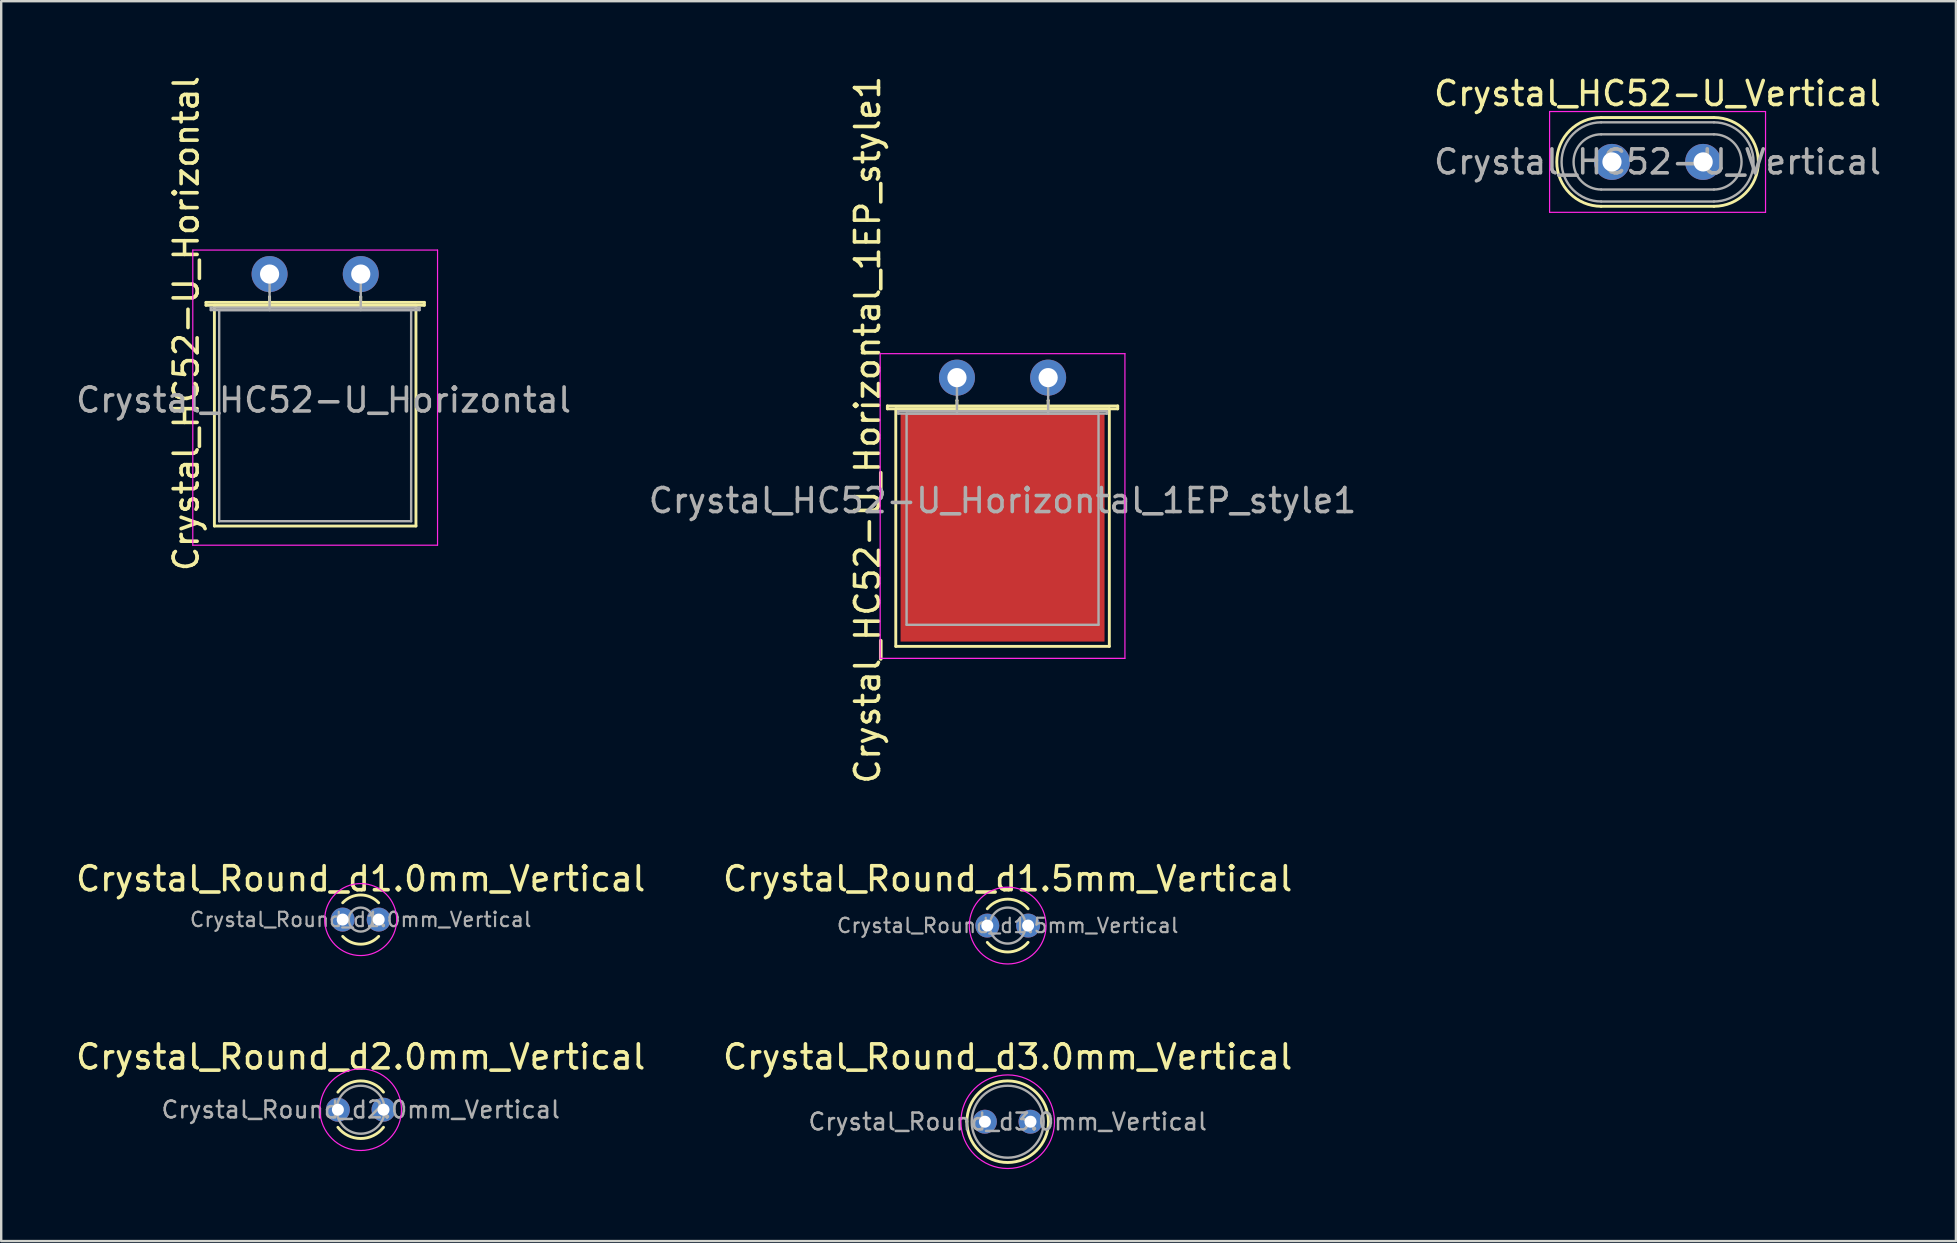
<source format=kicad_pcb>
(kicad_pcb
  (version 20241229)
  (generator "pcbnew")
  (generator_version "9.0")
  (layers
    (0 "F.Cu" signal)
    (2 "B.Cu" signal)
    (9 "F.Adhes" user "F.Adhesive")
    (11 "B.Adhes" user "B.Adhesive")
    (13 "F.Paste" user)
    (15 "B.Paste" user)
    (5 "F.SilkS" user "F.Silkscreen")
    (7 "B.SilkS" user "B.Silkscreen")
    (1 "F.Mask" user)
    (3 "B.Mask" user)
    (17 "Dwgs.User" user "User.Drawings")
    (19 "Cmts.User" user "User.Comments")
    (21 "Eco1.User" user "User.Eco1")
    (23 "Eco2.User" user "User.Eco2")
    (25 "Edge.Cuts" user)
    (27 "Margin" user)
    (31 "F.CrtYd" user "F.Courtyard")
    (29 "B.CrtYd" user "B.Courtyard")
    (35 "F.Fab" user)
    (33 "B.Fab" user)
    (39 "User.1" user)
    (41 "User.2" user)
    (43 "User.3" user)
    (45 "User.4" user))
  (footprint "Crystal_HC52-U_Horizontal_1EP_style1"
    (layer "F.Cu")
    (at 36.832 12.688)
    (property "Reference" "Crystal_HC52-U_Horizontal_1EP_style1" (at -3.725 2.175 90) (layer "F.SilkS") (effects (font (size 1 1) (thickness 0.15))))
    (attr through_hole)
    (fp_line (start -2.9 1.18) (end 6.7 1.18) (stroke (width 0.12) (type solid)) (layer "F.SilkS"))
    (fp_line (start -2.9 1.3) (end -2.9 1.18) (stroke (width 0.12) (type solid)) (layer "F.SilkS"))
    (fp_line (start -2.55 1.3) (end -2.55 11.2) (stroke (width 0.12) (type solid)) (layer "F.SilkS"))
    (fp_line (start -2.55 11.2) (end 6.35 11.2) (stroke (width 0.12) (type solid)) (layer "F.SilkS"))
    (fp_line (start 0 0.95) (end 0 0.95) (stroke (width 0.12) (type solid)) (layer "F.SilkS"))
    (fp_line (start 0 1.3) (end 0 0.95) (stroke (width 0.12) (type solid)) (layer "F.SilkS"))
    (fp_line (start 3.8 0.95) (end 3.8 0.95) (stroke (width 0.12) (type solid)) (layer "F.SilkS"))
    (fp_line (start 3.8 1.3) (end 3.8 0.95) (stroke (width 0.12) (type solid)) (layer "F.SilkS"))
    (fp_line (start 6.35 1.3) (end -2.55 1.3) (stroke (width 0.12) (type solid)) (layer "F.SilkS"))
    (fp_line (start 6.35 11.2) (end 6.35 1.3) (stroke (width 0.12) (type solid)) (layer "F.SilkS"))
    (fp_line (start 6.7 1.18) (end 6.7 1.3) (stroke (width 0.12) (type solid)) (layer "F.SilkS"))
    (fp_line (start 6.7 1.3) (end -2.9 1.3) (stroke (width 0.12) (type solid)) (layer "F.SilkS"))
    (fp_line (start -3.2 -1) (end -3.2 11.7) (stroke (width 0.05) (type solid)) (layer "F.CrtYd"))
    (fp_line (start -3.2 11.7) (end 7 11.7) (stroke (width 0.05) (type solid)) (layer "F.CrtYd"))
    (fp_line (start 7 -1) (end -3.2 -1) (stroke (width 0.05) (type solid)) (layer "F.CrtYd"))
    (fp_line (start 7 11.7) (end 7 -1) (stroke (width 0.05) (type solid)) (layer "F.CrtYd"))
    (fp_line (start -2.45 1.4) (end 6.25 1.4) (stroke (width 0.1) (type solid)) (layer "F.Fab"))
    (fp_line (start -2.45 1.5) (end -2.45 1.4) (stroke (width 0.1) (type solid)) (layer "F.Fab"))
    (fp_line (start -2.1 1.5) (end -2.1 10.3) (stroke (width 0.1) (type solid)) (layer "F.Fab"))
    (fp_line (start -2.1 10.3) (end 5.9 10.3) (stroke (width 0.1) (type solid)) (layer "F.Fab"))
    (fp_line (start 0 0.75) (end 0 0) (stroke (width 0.1) (type solid)) (layer "F.Fab"))
    (fp_line (start 0 1.5) (end 0 0.75) (stroke (width 0.1) (type solid)) (layer "F.Fab"))
    (fp_line (start 3.8 0.75) (end 3.8 0) (stroke (width 0.1) (type solid)) (layer "F.Fab"))
    (fp_line (start 3.8 1.5) (end 3.8 0.75) (stroke (width 0.1) (type solid)) (layer "F.Fab"))
    (fp_line (start 5.9 1.5) (end -2.1 1.5) (stroke (width 0.1) (type solid)) (layer "F.Fab"))
    (fp_line (start 5.9 10.3) (end 5.9 1.5) (stroke (width 0.1) (type solid)) (layer "F.Fab"))
    (fp_line (start 6.25 1.4) (end 6.25 1.5) (stroke (width 0.1) (type solid)) (layer "F.Fab"))
    (fp_line (start 6.25 1.5) (end -2.45 1.5) (stroke (width 0.1) (type solid)) (layer "F.Fab"))
    (fp_text user "${REFERENCE}" (at 1.9 5.125 0) (layer "F.Fab") (effects (font (size 1 1) (thickness 0.15))))
    (pad "1" thru_hole circle (at 0 0) (size 1.5 1.5) (drill 0.8) (layers "*.Cu" "*.Mask"))
    (pad "2" thru_hole circle (at 3.8 0) (size 1.5 1.5) (drill 0.8) (layers "*.Cu" "*.Mask"))
    (pad "3" smd rect (at 1.9 6.25) (size 8.5 9.5) (layers "F.Cu" "F.Mask" "F.Paste")))
  (footprint "Crystal_Round_d1.5mm_Vertical"
    (layer "F.Cu")
    (at 38.096 35.524)
    (property "Reference" "Crystal_Round_d1.5mm_Vertical" (at 0.85 -1.95 0) (layer "F.SilkS") (effects (font (size 1 1) (thickness 0.15))))
    (attr through_hole)
    (fp_arc (start 0 -0.7) (mid 0.850432 -1.101136) (end 1.700549 -0.699333) (stroke (width 0.12) (type solid)) (layer "F.SilkS"))
    (fp_arc (start 1.700549 0.699333) (mid 0.850432 1.101136) (end 0 0.7) (stroke (width 0.12) (type solid)) (layer "F.SilkS"))
    (fp_circle (center 0.85 0) (end 2.45 0) (stroke (width 0.05) (type solid)) (fill no) (layer "F.CrtYd"))
    (fp_circle (center 0.85 0) (end 1.6 0) (stroke (width 0.1) (type solid)) (fill no) (layer "F.Fab"))
    (fp_text user "${REFERENCE}" (at 0.85 0 0) (layer "F.Fab") (effects (font (size 0.6 0.6) (thickness 0.09))))
    (pad "1" thru_hole circle (at 0 0) (size 1 1) (drill 0.5) (layers "*.Cu" "*.Mask"))
    (pad "2" thru_hole circle (at 1.7 0) (size 1 1) (drill 0.5) (layers "*.Cu" "*.Mask")))
  (footprint "Crystal_Round_d1.0mm_Vertical"
    (layer "F.Cu")
    (at 11.232 35.274)
    (property "Reference" "Crystal_Round_d1.0mm_Vertical" (at 0.75 -1.7 0) (layer "F.SilkS") (effects (font (size 1 1) (thickness 0.15))))
    (attr through_hole)
    (fp_arc (start 0 -0.7) (mid 0.749553 -1.025914) (end 1.49939 -0.700653) (stroke (width 0.12) (type solid)) (layer "F.SilkS"))
    (fp_arc (start 1.49939 0.700653) (mid 0.749553 1.025914) (end 0 0.7) (stroke (width 0.12) (type solid)) (layer "F.SilkS"))
    (fp_circle (center 0.75 0) (end 2.25 0) (stroke (width 0.05) (type solid)) (fill no) (layer "F.CrtYd"))
    (fp_circle (center 0.75 0) (end 1.25 0) (stroke (width 0.1) (type solid)) (fill no) (layer "F.Fab"))
    (fp_text user "${REFERENCE}" (at 0.75 0 0) (layer "F.Fab") (effects (font (size 0.6 0.6) (thickness 0.09))))
    (pad "1" thru_hole circle (at 0 0) (size 1 1) (drill 0.5) (layers "*.Cu" "*.Mask"))
    (pad "2" thru_hole circle (at 1.5 0) (size 1 1) (drill 0.5) (layers "*.Cu" "*.Mask")))
  (footprint "Crystal_Round_d2.0mm_Vertical"
    (layer "F.Cu")
    (at 11.032 43.198)
    (property "Reference" "Crystal_Round_d2.0mm_Vertical" (at 0.95 -2.2 0) (layer "F.SilkS") (effects (font (size 1 1) (thickness 0.15))))
    (attr through_hole)
    (fp_arc (start 0 -0.733144) (mid 0.950178 -1.2) (end 1.900217 -0.732863) (stroke (width 0.12) (type solid)) (layer "F.SilkS"))
    (fp_arc (start 1.900217 0.732863) (mid 0.950178 1.2) (end 0 0.733144) (stroke (width 0.12) (type solid)) (layer "F.SilkS"))
    (fp_circle (center 0.95 0) (end 2.65 0) (stroke (width 0.05) (type solid)) (fill no) (layer "F.CrtYd"))
    (fp_circle (center 0.95 0) (end 1.95 0) (stroke (width 0.1) (type solid)) (fill no) (layer "F.Fab"))
    (fp_text user "${REFERENCE}" (at 0.95 0 0) (layer "F.Fab") (effects (font (size 0.7 0.7) (thickness 0.105))))
    (pad "1" thru_hole circle (at 0 0) (size 1 1) (drill 0.5) (layers "*.Cu" "*.Mask"))
    (pad "2" thru_hole circle (at 1.9 0) (size 1 1) (drill 0.5) (layers "*.Cu" "*.Mask")))
  (footprint "Crystal_Round_d3.0mm_Vertical"
    (layer "F.Cu")
    (at 37.996 43.698)
    (property "Reference" "Crystal_Round_d3.0mm_Vertical" (at 0.95 -2.7 0) (layer "F.SilkS") (effects (font (size 1 1) (thickness 0.15))))
    (attr through_hole)
    (fp_arc (start -0.75 0) (mid 0.95 -1.7) (end 2.65 0) (stroke (width 0.12) (type solid)) (layer "F.SilkS"))
    (fp_arc (start 2.65 0) (mid 0.95 1.7) (end -0.75 0) (stroke (width 0.12) (type solid)) (layer "F.SilkS"))
    (fp_circle (center 0.95 0) (end 2.9 0) (stroke (width 0.05) (type solid)) (fill no) (layer "F.CrtYd"))
    (fp_circle (center 0.95 0) (end 2.45 0) (stroke (width 0.1) (type solid)) (fill no) (layer "F.Fab"))
    (fp_text user "${REFERENCE}" (at 0.95 0 0) (layer "F.Fab") (effects (font (size 0.7 0.7) (thickness 0.105))))
    (pad "1" thru_hole circle (at 0 0) (size 1 1) (drill 0.5) (layers "*.Cu" "*.Mask"))
    (pad "2" thru_hole circle (at 1.9 0) (size 1 1) (drill 0.5) (layers "*.Cu" "*.Mask")))
  (footprint "Crystal_HC52-U_Vertical"
    (layer "F.Cu")
    (at 64.13 3.698)
    (property "Reference" "Crystal_HC52-U_Vertical" (at 1.9 -2.85 0) (layer "F.SilkS") (effects (font (size 1 1) (thickness 0.15))))
    (attr through_hole)
    (fp_line (start -0.45 -1.85) (end 4.25 -1.85) (stroke (width 0.12) (type solid)) (layer "F.SilkS"))
    (fp_line (start -0.45 1.85) (end 4.25 1.85) (stroke (width 0.12) (type solid)) (layer "F.SilkS"))
    (fp_arc (start -0.45 1.85) (mid -2.3 0) (end -0.45 -1.85) (stroke (width 0.12) (type solid)) (layer "F.SilkS"))
    (fp_arc (start 4.25 -1.85) (mid 6.1 0) (end 4.25 1.85) (stroke (width 0.12) (type solid)) (layer "F.SilkS"))
    (fp_line (start -2.6 -2.1) (end -2.6 2.1) (stroke (width 0.05) (type solid)) (layer "F.CrtYd"))
    (fp_line (start -2.6 2.1) (end 6.4 2.1) (stroke (width 0.05) (type solid)) (layer "F.CrtYd"))
    (fp_line (start 6.4 -2.1) (end -2.6 -2.1) (stroke (width 0.05) (type solid)) (layer "F.CrtYd"))
    (fp_line (start 6.4 2.1) (end 6.4 -2.1) (stroke (width 0.05) (type solid)) (layer "F.CrtYd"))
    (fp_line (start -0.45 -1.65) (end 4.25 -1.65) (stroke (width 0.1) (type solid)) (layer "F.Fab"))
    (fp_line (start -0.45 -1.15) (end 4.25 -1.15) (stroke (width 0.1) (type solid)) (layer "F.Fab"))
    (fp_line (start -0.45 1.15) (end 4.25 1.15) (stroke (width 0.1) (type solid)) (layer "F.Fab"))
    (fp_line (start -0.45 1.65) (end 4.25 1.65) (stroke (width 0.1) (type solid)) (layer "F.Fab"))
    (fp_arc (start -0.45 1.15) (mid -1.6 0) (end -0.45 -1.15) (stroke (width 0.1) (type solid)) (layer "F.Fab"))
    (fp_arc (start -0.45 1.65) (mid -2.1 0) (end -0.45 -1.65) (stroke (width 0.1) (type solid)) (layer "F.Fab"))
    (fp_arc (start 4.25 -1.65) (mid 5.9 0) (end 4.25 1.65) (stroke (width 0.1) (type solid)) (layer "F.Fab"))
    (fp_arc (start 4.25 -1.15) (mid 5.4 0) (end 4.25 1.15) (stroke (width 0.1) (type solid)) (layer "F.Fab"))
    (fp_text user "${REFERENCE}" (at 1.9 0 0) (layer "F.Fab") (effects (font (size 1 1) (thickness 0.15))))
    (pad "1" thru_hole circle (at 0 0) (size 1.5 1.5) (drill 0.8) (layers "*.Cu" "*.Mask"))
    (pad "2" thru_hole circle (at 3.8 0) (size 1.5 1.5) (drill 0.8) (layers "*.Cu" "*.Mask")))
  (footprint "Crystal_HC52-U_Horizontal"
    (layer "F.Cu")
    (at 8.185 8.372)
    (property "Reference" "Crystal_HC52-U_Horizontal" (at -3.475 2.062 90) (layer "F.SilkS") (effects (font (size 1 1) (thickness 0.15))))
    (attr through_hole)
    (fp_line (start -2.65 1.18) (end 6.45 1.18) (stroke (width 0.12) (type solid)) (layer "F.SilkS"))
    (fp_line (start -2.65 1.3) (end -2.65 1.18) (stroke (width 0.12) (type solid)) (layer "F.SilkS"))
    (fp_line (start -2.3 1.3) (end -2.3 10.5) (stroke (width 0.12) (type solid)) (layer "F.SilkS"))
    (fp_line (start -2.3 10.5) (end 6.1 10.5) (stroke (width 0.12) (type solid)) (layer "F.SilkS"))
    (fp_line (start 0 0.95) (end 0 0.95) (stroke (width 0.12) (type solid)) (layer "F.SilkS"))
    (fp_line (start 0 1.3) (end 0 0.95) (stroke (width 0.12) (type solid)) (layer "F.SilkS"))
    (fp_line (start 3.8 0.95) (end 3.8 0.95) (stroke (width 0.12) (type solid)) (layer "F.SilkS"))
    (fp_line (start 3.8 1.3) (end 3.8 0.95) (stroke (width 0.12) (type solid)) (layer "F.SilkS"))
    (fp_line (start 6.1 1.3) (end -2.3 1.3) (stroke (width 0.12) (type solid)) (layer "F.SilkS"))
    (fp_line (start 6.1 10.5) (end 6.1 1.3) (stroke (width 0.12) (type solid)) (layer "F.SilkS"))
    (fp_line (start 6.45 1.18) (end 6.45 1.3) (stroke (width 0.12) (type solid)) (layer "F.SilkS"))
    (fp_line (start 6.45 1.3) (end -2.65 1.3) (stroke (width 0.12) (type solid)) (layer "F.SilkS"))
    (fp_line (start -3.2 -1) (end -3.2 11.3) (stroke (width 0.05) (type solid)) (layer "F.CrtYd"))
    (fp_line (start -3.2 11.3) (end 7 11.3) (stroke (width 0.05) (type solid)) (layer "F.CrtYd"))
    (fp_line (start 7 -1) (end -3.2 -1) (stroke (width 0.05) (type solid)) (layer "F.CrtYd"))
    (fp_line (start 7 11.3) (end 7 -1) (stroke (width 0.05) (type solid)) (layer "F.CrtYd"))
    (fp_line (start -2.45 1.4) (end 6.25 1.4) (stroke (width 0.1) (type solid)) (layer "F.Fab"))
    (fp_line (start -2.45 1.5) (end -2.45 1.4) (stroke (width 0.1) (type solid)) (layer "F.Fab"))
    (fp_line (start -2.1 1.5) (end -2.1 10.3) (stroke (width 0.1) (type solid)) (layer "F.Fab"))
    (fp_line (start -2.1 10.3) (end 5.9 10.3) (stroke (width 0.1) (type solid)) (layer "F.Fab"))
    (fp_line (start 0 0.75) (end 0 0) (stroke (width 0.1) (type solid)) (layer "F.Fab"))
    (fp_line (start 0 1.5) (end 0 0.75) (stroke (width 0.1) (type solid)) (layer "F.Fab"))
    (fp_line (start 3.8 0.75) (end 3.8 0) (stroke (width 0.1) (type solid)) (layer "F.Fab"))
    (fp_line (start 3.8 1.5) (end 3.8 0.75) (stroke (width 0.1) (type solid)) (layer "F.Fab"))
    (fp_line (start 5.9 1.5) (end -2.1 1.5) (stroke (width 0.1) (type solid)) (layer "F.Fab"))
    (fp_line (start 5.9 10.3) (end 5.9 1.5) (stroke (width 0.1) (type solid)) (layer "F.Fab"))
    (fp_line (start 6.25 1.4) (end 6.25 1.5) (stroke (width 0.1) (type solid)) (layer "F.Fab"))
    (fp_line (start 6.25 1.5) (end -2.45 1.5) (stroke (width 0.1) (type solid)) (layer "F.Fab"))
    (fp_text user "${REFERENCE}" (at 2.25 5.25 0) (layer "F.Fab") (effects (font (size 1 1) (thickness 0.15))))
    (pad "1" thru_hole circle (at 0 0) (size 1.5 1.5) (drill 0.8) (layers "*.Cu" "*.Mask"))
    (pad "2" thru_hole circle (at 3.8 0) (size 1.5 1.5) (drill 0.8) (layers "*.Cu" "*.Mask")))
  (gr_rect
    (start -3 -3)
    (end 78.464 48.673)
    (stroke (width 0.1) (type default))
    (fill no)
    (layer "Edge.Cuts")))
</source>
